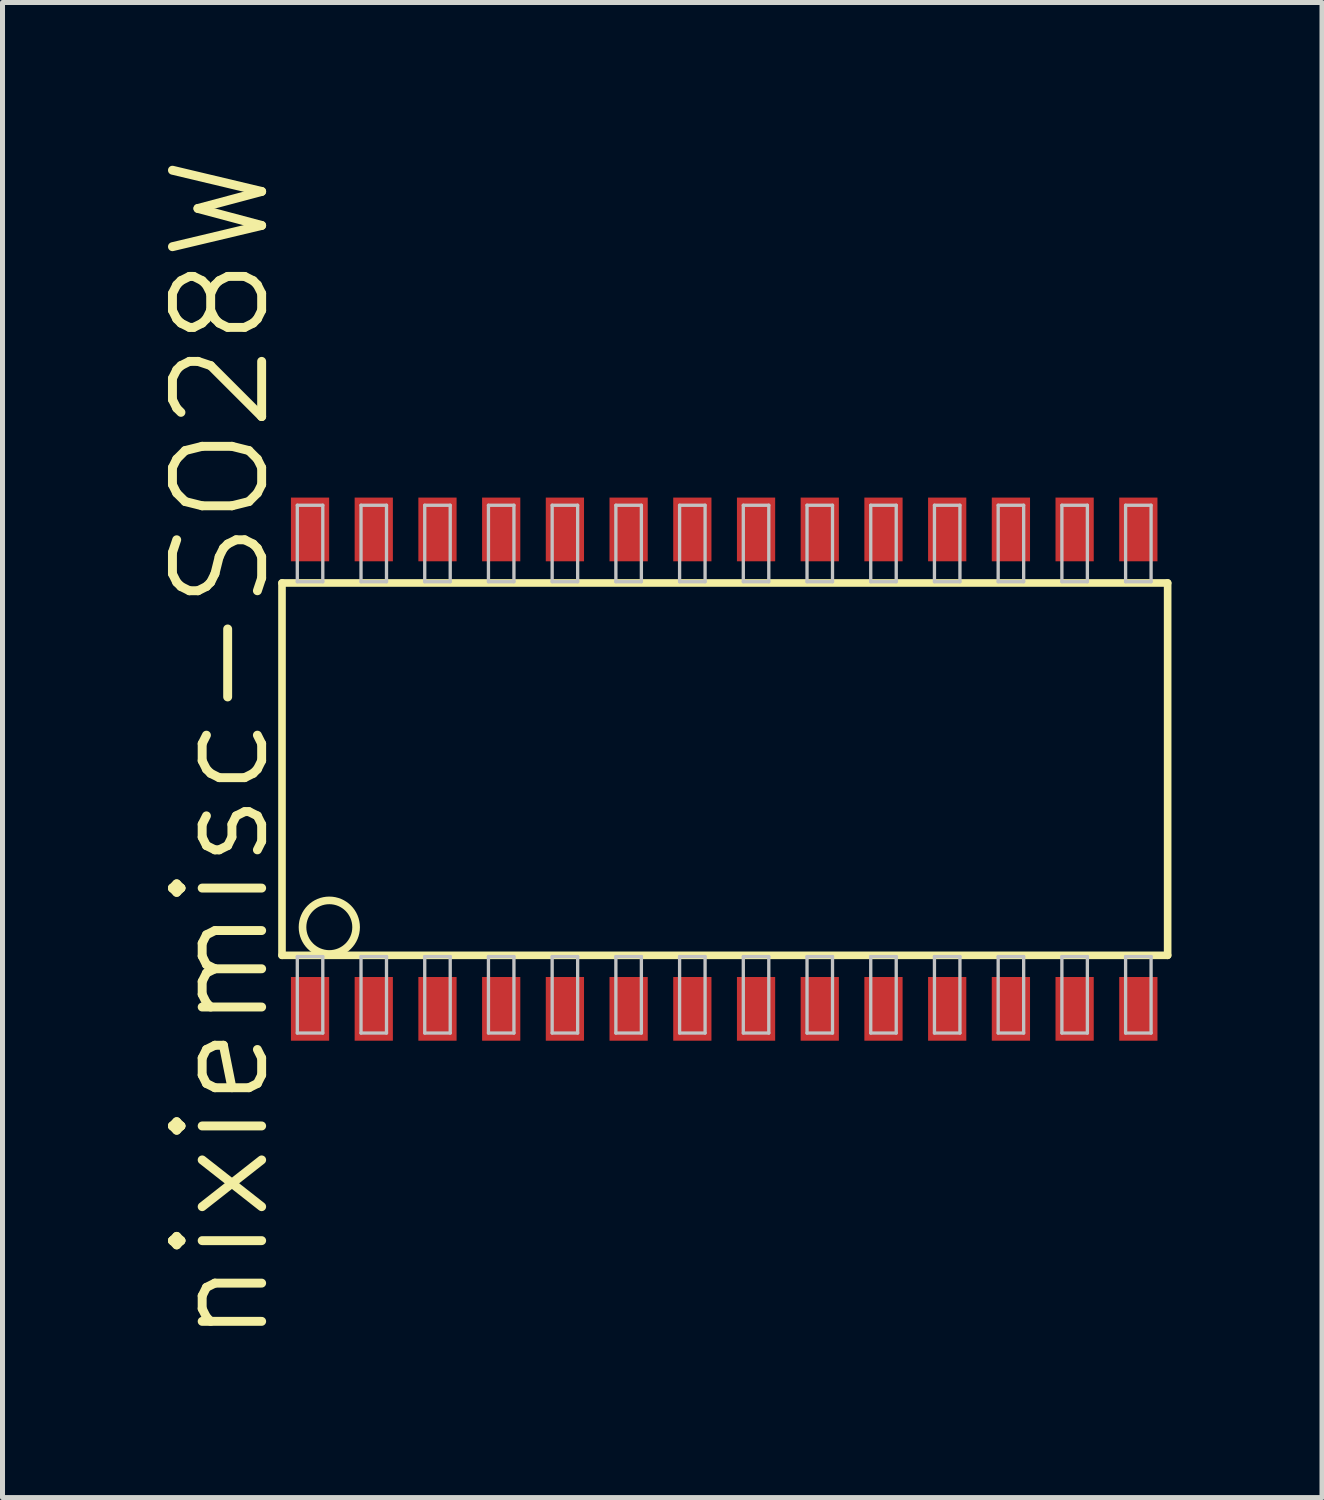
<source format=kicad_pcb>
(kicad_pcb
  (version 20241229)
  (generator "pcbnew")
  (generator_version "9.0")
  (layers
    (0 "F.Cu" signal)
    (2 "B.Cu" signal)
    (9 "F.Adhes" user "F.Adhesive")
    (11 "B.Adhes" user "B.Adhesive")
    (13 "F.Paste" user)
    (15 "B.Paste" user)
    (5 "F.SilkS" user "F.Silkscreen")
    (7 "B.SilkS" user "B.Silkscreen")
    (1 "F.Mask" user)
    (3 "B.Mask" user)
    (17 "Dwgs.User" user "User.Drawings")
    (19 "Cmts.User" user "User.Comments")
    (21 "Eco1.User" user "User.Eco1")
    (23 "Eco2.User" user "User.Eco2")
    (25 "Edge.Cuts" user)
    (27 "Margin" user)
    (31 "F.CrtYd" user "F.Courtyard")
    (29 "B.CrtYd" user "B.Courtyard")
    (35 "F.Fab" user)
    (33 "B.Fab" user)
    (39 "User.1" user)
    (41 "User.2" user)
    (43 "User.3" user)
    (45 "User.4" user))
  (footprint "nixiemisc-SO28W"
    (layer "F.Cu")
    (at 10.75 12.281)
    (property "Reference" "nixiemisc-SO28W" (at -9.398 -0.381 90) (unlocked yes) (layer "F.SilkS") (effects (font (size 1.778 1.778) (thickness 0.178))))
    (attr smd)
    (fp_line (start -8.179 -3.711) (end -8.179 3.711) (stroke (width 0.152) (type solid)) (layer "F.SilkS"))
    (fp_line (start -8.179 3.711) (end 9.474 3.711) (stroke (width 0.152) (type solid)) (layer "F.SilkS"))
    (fp_line (start 9.474 -3.711) (end -8.179 -3.711) (stroke (width 0.152) (type solid)) (layer "F.SilkS"))
    (fp_line (start 9.474 3.711) (end 9.474 -3.711) (stroke (width 0.152) (type solid)) (layer "F.SilkS"))
    (fp_circle (center -7.236 3.15) (end -7.236 2.616) (stroke (width 0.152) (type solid)) (fill no) (layer "F.SilkS"))
    (fp_line (start -7.874 -5.26) (end -7.366 -5.26) (stroke (width 0.066) (type solid)) (layer "Dwgs.User"))
    (fp_line (start -7.874 -3.736) (end -7.874 -5.26) (stroke (width 0.066) (type solid)) (layer "Dwgs.User"))
    (fp_line (start -7.874 -3.736) (end -7.366 -3.736) (stroke (width 0.066) (type solid)) (layer "Dwgs.User"))
    (fp_line (start -7.874 3.736) (end -7.366 3.736) (stroke (width 0.066) (type solid)) (layer "Dwgs.User"))
    (fp_line (start -7.874 5.26) (end -7.874 3.736) (stroke (width 0.066) (type solid)) (layer "Dwgs.User"))
    (fp_line (start -7.874 5.26) (end -7.366 5.26) (stroke (width 0.066) (type solid)) (layer "Dwgs.User"))
    (fp_line (start -7.366 -3.736) (end -7.366 -5.26) (stroke (width 0.066) (type solid)) (layer "Dwgs.User"))
    (fp_line (start -7.366 5.26) (end -7.366 3.736) (stroke (width 0.066) (type solid)) (layer "Dwgs.User"))
    (fp_line (start -6.604 -5.26) (end -6.096 -5.26) (stroke (width 0.066) (type solid)) (layer "Dwgs.User"))
    (fp_line (start -6.604 -3.736) (end -6.604 -5.26) (stroke (width 0.066) (type solid)) (layer "Dwgs.User"))
    (fp_line (start -6.604 -3.736) (end -6.096 -3.736) (stroke (width 0.066) (type solid)) (layer "Dwgs.User"))
    (fp_line (start -6.604 3.736) (end -6.096 3.736) (stroke (width 0.066) (type solid)) (layer "Dwgs.User"))
    (fp_line (start -6.604 5.26) (end -6.604 3.736) (stroke (width 0.066) (type solid)) (layer "Dwgs.User"))
    (fp_line (start -6.604 5.26) (end -6.096 5.26) (stroke (width 0.066) (type solid)) (layer "Dwgs.User"))
    (fp_line (start -6.096 -3.736) (end -6.096 -5.26) (stroke (width 0.066) (type solid)) (layer "Dwgs.User"))
    (fp_line (start -6.096 5.26) (end -6.096 3.736) (stroke (width 0.066) (type solid)) (layer "Dwgs.User"))
    (fp_line (start -5.334 -5.26) (end -4.826 -5.26) (stroke (width 0.066) (type solid)) (layer "Dwgs.User"))
    (fp_line (start -5.334 -3.736) (end -5.334 -5.26) (stroke (width 0.066) (type solid)) (layer "Dwgs.User"))
    (fp_line (start -5.334 -3.736) (end -4.826 -3.736) (stroke (width 0.066) (type solid)) (layer "Dwgs.User"))
    (fp_line (start -5.334 3.736) (end -4.826 3.736) (stroke (width 0.066) (type solid)) (layer "Dwgs.User"))
    (fp_line (start -5.334 5.26) (end -5.334 3.736) (stroke (width 0.066) (type solid)) (layer "Dwgs.User"))
    (fp_line (start -5.334 5.26) (end -4.826 5.26) (stroke (width 0.066) (type solid)) (layer "Dwgs.User"))
    (fp_line (start -4.826 -3.736) (end -4.826 -5.26) (stroke (width 0.066) (type solid)) (layer "Dwgs.User"))
    (fp_line (start -4.826 5.26) (end -4.826 3.736) (stroke (width 0.066) (type solid)) (layer "Dwgs.User"))
    (fp_line (start -4.064 -5.26) (end -3.556 -5.26) (stroke (width 0.066) (type solid)) (layer "Dwgs.User"))
    (fp_line (start -4.064 -3.736) (end -4.064 -5.26) (stroke (width 0.066) (type solid)) (layer "Dwgs.User"))
    (fp_line (start -4.064 -3.736) (end -3.556 -3.736) (stroke (width 0.066) (type solid)) (layer "Dwgs.User"))
    (fp_line (start -4.064 3.736) (end -3.556 3.736) (stroke (width 0.066) (type solid)) (layer "Dwgs.User"))
    (fp_line (start -4.064 5.26) (end -4.064 3.736) (stroke (width 0.066) (type solid)) (layer "Dwgs.User"))
    (fp_line (start -4.064 5.26) (end -3.556 5.26) (stroke (width 0.066) (type solid)) (layer "Dwgs.User"))
    (fp_line (start -3.556 -3.736) (end -3.556 -5.26) (stroke (width 0.066) (type solid)) (layer "Dwgs.User"))
    (fp_line (start -3.556 5.26) (end -3.556 3.736) (stroke (width 0.066) (type solid)) (layer "Dwgs.User"))
    (fp_line (start -2.794 -5.26) (end -2.286 -5.26) (stroke (width 0.066) (type solid)) (layer "Dwgs.User"))
    (fp_line (start -2.794 -3.736) (end -2.794 -5.26) (stroke (width 0.066) (type solid)) (layer "Dwgs.User"))
    (fp_line (start -2.794 -3.736) (end -2.286 -3.736) (stroke (width 0.066) (type solid)) (layer "Dwgs.User"))
    (fp_line (start -2.794 3.736) (end -2.286 3.736) (stroke (width 0.066) (type solid)) (layer "Dwgs.User"))
    (fp_line (start -2.794 5.26) (end -2.794 3.736) (stroke (width 0.066) (type solid)) (layer "Dwgs.User"))
    (fp_line (start -2.794 5.26) (end -2.286 5.26) (stroke (width 0.066) (type solid)) (layer "Dwgs.User"))
    (fp_line (start -2.286 -3.736) (end -2.286 -5.26) (stroke (width 0.066) (type solid)) (layer "Dwgs.User"))
    (fp_line (start -2.286 5.26) (end -2.286 3.736) (stroke (width 0.066) (type solid)) (layer "Dwgs.User"))
    (fp_line (start -1.524 -5.26) (end -1.016 -5.26) (stroke (width 0.066) (type solid)) (layer "Dwgs.User"))
    (fp_line (start -1.524 -3.736) (end -1.524 -5.26) (stroke (width 0.066) (type solid)) (layer "Dwgs.User"))
    (fp_line (start -1.524 -3.736) (end -1.016 -3.736) (stroke (width 0.066) (type solid)) (layer "Dwgs.User"))
    (fp_line (start -1.524 3.736) (end -1.016 3.736) (stroke (width 0.066) (type solid)) (layer "Dwgs.User"))
    (fp_line (start -1.524 5.26) (end -1.524 3.736) (stroke (width 0.066) (type solid)) (layer "Dwgs.User"))
    (fp_line (start -1.524 5.26) (end -1.016 5.26) (stroke (width 0.066) (type solid)) (layer "Dwgs.User"))
    (fp_line (start -1.016 -3.736) (end -1.016 -5.26) (stroke (width 0.066) (type solid)) (layer "Dwgs.User"))
    (fp_line (start -1.016 5.26) (end -1.016 3.736) (stroke (width 0.066) (type solid)) (layer "Dwgs.User"))
    (fp_line (start -0.254 -5.26) (end 0.254 -5.26) (stroke (width 0.066) (type solid)) (layer "Dwgs.User"))
    (fp_line (start -0.254 -3.736) (end -0.254 -5.26) (stroke (width 0.066) (type solid)) (layer "Dwgs.User"))
    (fp_line (start -0.254 -3.736) (end 0.254 -3.736) (stroke (width 0.066) (type solid)) (layer "Dwgs.User"))
    (fp_line (start -0.254 3.736) (end 0.254 3.736) (stroke (width 0.066) (type solid)) (layer "Dwgs.User"))
    (fp_line (start -0.254 5.26) (end -0.254 3.736) (stroke (width 0.066) (type solid)) (layer "Dwgs.User"))
    (fp_line (start -0.254 5.26) (end 0.254 5.26) (stroke (width 0.066) (type solid)) (layer "Dwgs.User"))
    (fp_line (start 0.254 -3.736) (end 0.254 -5.26) (stroke (width 0.066) (type solid)) (layer "Dwgs.User"))
    (fp_line (start 0.254 5.26) (end 0.254 3.736) (stroke (width 0.066) (type solid)) (layer "Dwgs.User"))
    (fp_line (start 1.016 -5.26) (end 1.524 -5.26) (stroke (width 0.066) (type solid)) (layer "Dwgs.User"))
    (fp_line (start 1.016 -3.736) (end 1.016 -5.26) (stroke (width 0.066) (type solid)) (layer "Dwgs.User"))
    (fp_line (start 1.016 -3.736) (end 1.524 -3.736) (stroke (width 0.066) (type solid)) (layer "Dwgs.User"))
    (fp_line (start 1.016 3.736) (end 1.524 3.736) (stroke (width 0.066) (type solid)) (layer "Dwgs.User"))
    (fp_line (start 1.016 5.26) (end 1.016 3.736) (stroke (width 0.066) (type solid)) (layer "Dwgs.User"))
    (fp_line (start 1.016 5.26) (end 1.524 5.26) (stroke (width 0.066) (type solid)) (layer "Dwgs.User"))
    (fp_line (start 1.524 -3.736) (end 1.524 -5.26) (stroke (width 0.066) (type solid)) (layer "Dwgs.User"))
    (fp_line (start 1.524 5.26) (end 1.524 3.736) (stroke (width 0.066) (type solid)) (layer "Dwgs.User"))
    (fp_line (start 2.286 -5.26) (end 2.794 -5.26) (stroke (width 0.066) (type solid)) (layer "Dwgs.User"))
    (fp_line (start 2.286 -3.736) (end 2.286 -5.26) (stroke (width 0.066) (type solid)) (layer "Dwgs.User"))
    (fp_line (start 2.286 -3.736) (end 2.794 -3.736) (stroke (width 0.066) (type solid)) (layer "Dwgs.User"))
    (fp_line (start 2.286 3.736) (end 2.794 3.736) (stroke (width 0.066) (type solid)) (layer "Dwgs.User"))
    (fp_line (start 2.286 5.26) (end 2.286 3.736) (stroke (width 0.066) (type solid)) (layer "Dwgs.User"))
    (fp_line (start 2.286 5.26) (end 2.794 5.26) (stroke (width 0.066) (type solid)) (layer "Dwgs.User"))
    (fp_line (start 2.794 -3.736) (end 2.794 -5.26) (stroke (width 0.066) (type solid)) (layer "Dwgs.User"))
    (fp_line (start 2.794 5.26) (end 2.794 3.736) (stroke (width 0.066) (type solid)) (layer "Dwgs.User"))
    (fp_line (start 3.556 -5.26) (end 4.064 -5.26) (stroke (width 0.066) (type solid)) (layer "Dwgs.User"))
    (fp_line (start 3.556 -3.736) (end 3.556 -5.26) (stroke (width 0.066) (type solid)) (layer "Dwgs.User"))
    (fp_line (start 3.556 -3.736) (end 4.064 -3.736) (stroke (width 0.066) (type solid)) (layer "Dwgs.User"))
    (fp_line (start 3.556 3.736) (end 4.064 3.736) (stroke (width 0.066) (type solid)) (layer "Dwgs.User"))
    (fp_line (start 3.556 5.26) (end 3.556 3.736) (stroke (width 0.066) (type solid)) (layer "Dwgs.User"))
    (fp_line (start 3.556 5.26) (end 4.064 5.26) (stroke (width 0.066) (type solid)) (layer "Dwgs.User"))
    (fp_line (start 4.064 -3.736) (end 4.064 -5.26) (stroke (width 0.066) (type solid)) (layer "Dwgs.User"))
    (fp_line (start 4.064 5.26) (end 4.064 3.736) (stroke (width 0.066) (type solid)) (layer "Dwgs.User"))
    (fp_line (start 4.826 -5.26) (end 5.334 -5.26) (stroke (width 0.066) (type solid)) (layer "Dwgs.User"))
    (fp_line (start 4.826 -3.736) (end 4.826 -5.26) (stroke (width 0.066) (type solid)) (layer "Dwgs.User"))
    (fp_line (start 4.826 -3.736) (end 5.334 -3.736) (stroke (width 0.066) (type solid)) (layer "Dwgs.User"))
    (fp_line (start 4.826 3.736) (end 5.334 3.736) (stroke (width 0.066) (type solid)) (layer "Dwgs.User"))
    (fp_line (start 4.826 5.26) (end 4.826 3.736) (stroke (width 0.066) (type solid)) (layer "Dwgs.User"))
    (fp_line (start 4.826 5.26) (end 5.334 5.26) (stroke (width 0.066) (type solid)) (layer "Dwgs.User"))
    (fp_line (start 5.334 -3.736) (end 5.334 -5.26) (stroke (width 0.066) (type solid)) (layer "Dwgs.User"))
    (fp_line (start 5.334 5.26) (end 5.334 3.736) (stroke (width 0.066) (type solid)) (layer "Dwgs.User"))
    (fp_line (start 6.096 -5.26) (end 6.604 -5.26) (stroke (width 0.066) (type solid)) (layer "Dwgs.User"))
    (fp_line (start 6.096 -3.736) (end 6.096 -5.26) (stroke (width 0.066) (type solid)) (layer "Dwgs.User"))
    (fp_line (start 6.096 -3.736) (end 6.604 -3.736) (stroke (width 0.066) (type solid)) (layer "Dwgs.User"))
    (fp_line (start 6.096 3.736) (end 6.604 3.736) (stroke (width 0.066) (type solid)) (layer "Dwgs.User"))
    (fp_line (start 6.096 5.26) (end 6.096 3.736) (stroke (width 0.066) (type solid)) (layer "Dwgs.User"))
    (fp_line (start 6.096 5.26) (end 6.604 5.26) (stroke (width 0.066) (type solid)) (layer "Dwgs.User"))
    (fp_line (start 6.604 -3.736) (end 6.604 -5.26) (stroke (width 0.066) (type solid)) (layer "Dwgs.User"))
    (fp_line (start 6.604 5.26) (end 6.604 3.736) (stroke (width 0.066) (type solid)) (layer "Dwgs.User"))
    (fp_line (start 7.366 -5.26) (end 7.874 -5.26) (stroke (width 0.066) (type solid)) (layer "Dwgs.User"))
    (fp_line (start 7.366 -3.736) (end 7.366 -5.26) (stroke (width 0.066) (type solid)) (layer "Dwgs.User"))
    (fp_line (start 7.366 -3.736) (end 7.874 -3.736) (stroke (width 0.066) (type solid)) (layer "Dwgs.User"))
    (fp_line (start 7.366 3.736) (end 7.874 3.736) (stroke (width 0.066) (type solid)) (layer "Dwgs.User"))
    (fp_line (start 7.366 5.26) (end 7.366 3.736) (stroke (width 0.066) (type solid)) (layer "Dwgs.User"))
    (fp_line (start 7.366 5.26) (end 7.874 5.26) (stroke (width 0.066) (type solid)) (layer "Dwgs.User"))
    (fp_line (start 7.874 -3.736) (end 7.874 -5.26) (stroke (width 0.066) (type solid)) (layer "Dwgs.User"))
    (fp_line (start 7.874 5.26) (end 7.874 3.736) (stroke (width 0.066) (type solid)) (layer "Dwgs.User"))
    (fp_line (start 8.636 -5.26) (end 9.144 -5.26) (stroke (width 0.066) (type solid)) (layer "Dwgs.User"))
    (fp_line (start 8.636 -3.736) (end 8.636 -5.26) (stroke (width 0.066) (type solid)) (layer "Dwgs.User"))
    (fp_line (start 8.636 -3.736) (end 9.144 -3.736) (stroke (width 0.066) (type solid)) (layer "Dwgs.User"))
    (fp_line (start 8.636 3.736) (end 9.144 3.736) (stroke (width 0.066) (type solid)) (layer "Dwgs.User"))
    (fp_line (start 8.636 5.26) (end 8.636 3.736) (stroke (width 0.066) (type solid)) (layer "Dwgs.User"))
    (fp_line (start 8.636 5.26) (end 9.144 5.26) (stroke (width 0.066) (type solid)) (layer "Dwgs.User"))
    (fp_line (start 9.144 -3.736) (end 9.144 -5.26) (stroke (width 0.066) (type solid)) (layer "Dwgs.User"))
    (fp_line (start 9.144 5.26) (end 9.144 3.736) (stroke (width 0.066) (type solid)) (layer "Dwgs.User"))
    (pad "1" smd rect (at -7.62 4.778) (size 0.762 1.27) (layers "F.Cu" "F.Mask" "F.Paste"))
    (pad "2" smd rect (at -6.35 4.778) (size 0.762 1.27) (layers "F.Cu" "F.Mask" "F.Paste"))
    (pad "3" smd rect (at -5.08 4.778) (size 0.762 1.27) (layers "F.Cu" "F.Mask" "F.Paste"))
    (pad "4" smd rect (at -3.81 4.778) (size 0.762 1.27) (layers "F.Cu" "F.Mask" "F.Paste"))
    (pad "5" smd rect (at -2.54 4.778) (size 0.762 1.27) (layers "F.Cu" "F.Mask" "F.Paste"))
    (pad "6" smd rect (at -1.27 4.778) (size 0.762 1.27) (layers "F.Cu" "F.Mask" "F.Paste"))
    (pad "7" smd rect (at 0 4.778) (size 0.762 1.27) (layers "F.Cu" "F.Mask" "F.Paste"))
    (pad "8" smd rect (at 1.27 4.778) (size 0.762 1.27) (layers "F.Cu" "F.Mask" "F.Paste"))
    (pad "9" smd rect (at 2.54 4.778) (size 0.762 1.27) (layers "F.Cu" "F.Mask" "F.Paste"))
    (pad "10" smd rect (at 3.81 4.778) (size 0.762 1.27) (layers "F.Cu" "F.Mask" "F.Paste"))
    (pad "11" smd rect (at 5.08 4.778) (size 0.762 1.27) (layers "F.Cu" "F.Mask" "F.Paste"))
    (pad "12" smd rect (at 6.35 4.778) (size 0.762 1.27) (layers "F.Cu" "F.Mask" "F.Paste"))
    (pad "13" smd rect (at 7.62 4.778) (size 0.762 1.27) (layers "F.Cu" "F.Mask" "F.Paste"))
    (pad "14" smd rect (at 8.89 4.778) (size 0.762 1.27) (layers "F.Cu" "F.Mask" "F.Paste"))
    (pad "15" smd rect (at 8.89 -4.778) (size 0.762 1.27) (layers "F.Cu" "F.Mask" "F.Paste"))
    (pad "16" smd rect (at 7.62 -4.778) (size 0.762 1.27) (layers "F.Cu" "F.Mask" "F.Paste"))
    (pad "17" smd rect (at 6.35 -4.778) (size 0.762 1.27) (layers "F.Cu" "F.Mask" "F.Paste"))
    (pad "18" smd rect (at 5.08 -4.778) (size 0.762 1.27) (layers "F.Cu" "F.Mask" "F.Paste"))
    (pad "19" smd rect (at 3.81 -4.778) (size 0.762 1.27) (layers "F.Cu" "F.Mask" "F.Paste"))
    (pad "20" smd rect (at 2.54 -4.778) (size 0.762 1.27) (layers "F.Cu" "F.Mask" "F.Paste"))
    (pad "21" smd rect (at 1.27 -4.778) (size 0.762 1.27) (layers "F.Cu" "F.Mask" "F.Paste"))
    (pad "22" smd rect (at 0 -4.778) (size 0.762 1.27) (layers "F.Cu" "F.Mask" "F.Paste"))
    (pad "23" smd rect (at -1.27 -4.778) (size 0.762 1.27) (layers "F.Cu" "F.Mask" "F.Paste"))
    (pad "24" smd rect (at -2.54 -4.778) (size 0.762 1.27) (layers "F.Cu" "F.Mask" "F.Paste"))
    (pad "25" smd rect (at -3.81 -4.778) (size 0.762 1.27) (layers "F.Cu" "F.Mask" "F.Paste"))
    (pad "26" smd rect (at -5.08 -4.778) (size 0.762 1.27) (layers "F.Cu" "F.Mask" "F.Paste"))
    (pad "27" smd rect (at -6.35 -4.778) (size 0.762 1.27) (layers "F.Cu" "F.Mask" "F.Paste"))
    (pad "28" smd rect (at -7.62 -4.778) (size 0.762 1.27) (layers "F.Cu" "F.Mask" "F.Paste")))
  (gr_rect
    (start -3 -3)
    (end 23.301 26.8)
    (stroke (width 0.1) (type default))
    (fill no)
    (layer "Edge.Cuts")))
</source>
